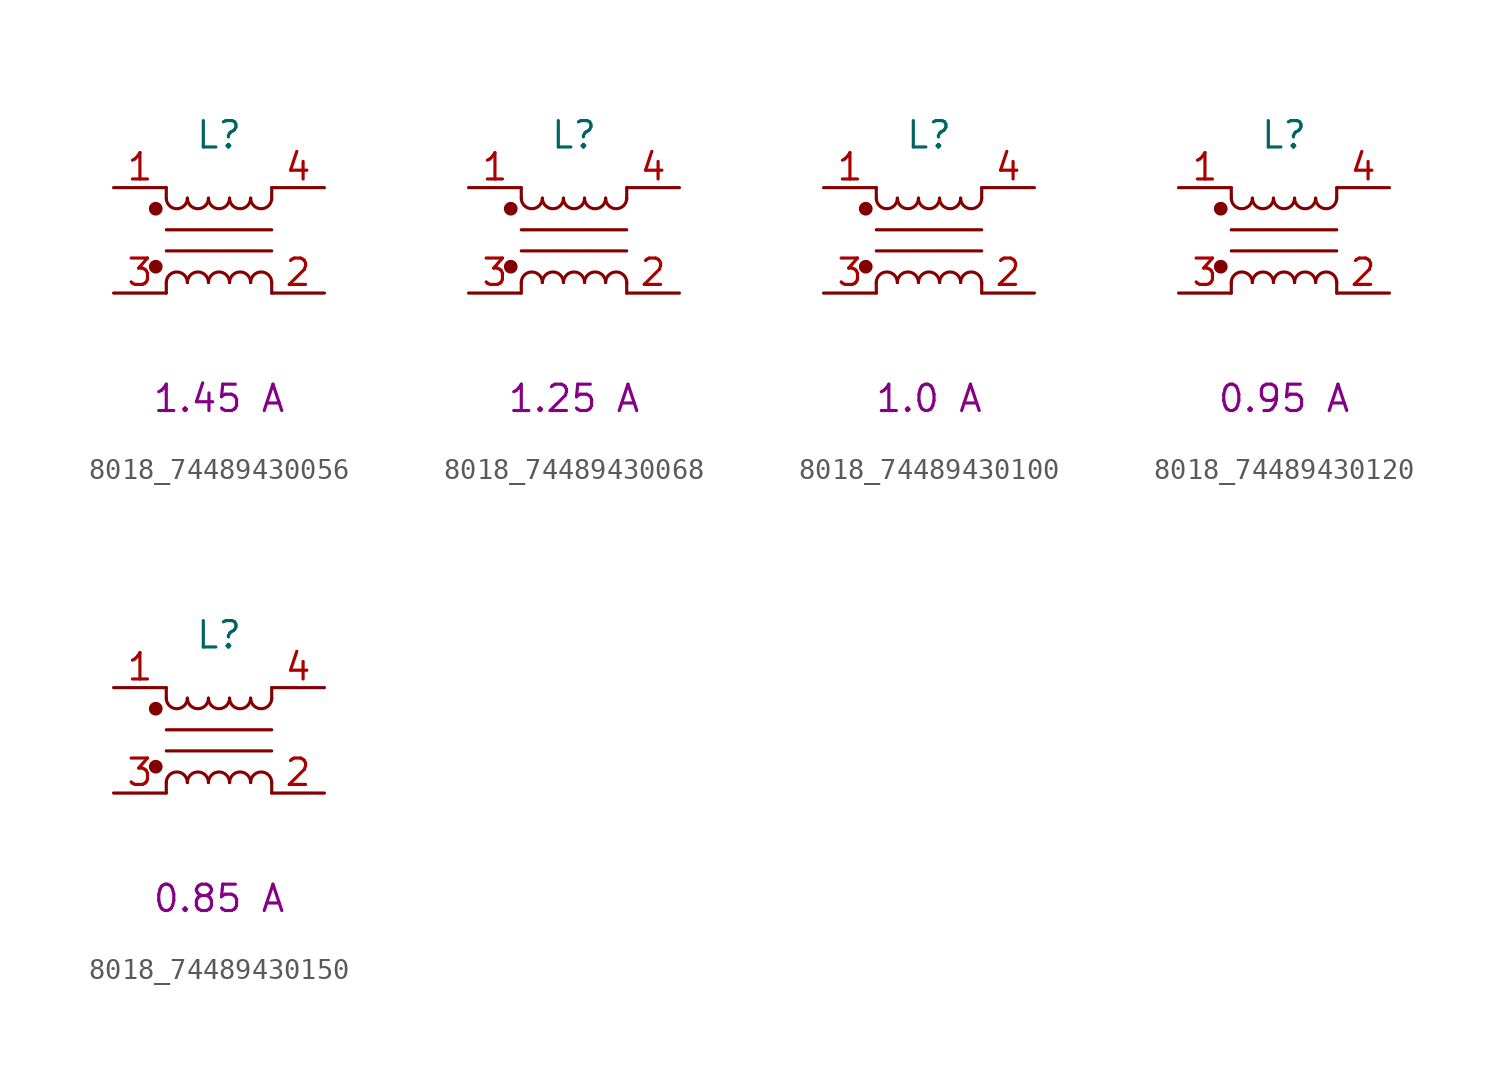
<source format=kicad_sym>
(kicad_symbol_lib
  (version 20220914)
  (generator kicad_symbol_editor)
  (symbol "8018_74489430056"
    (pin_names hide)
    (property "Reference" "L"
      (at 0 5.08 0)
      (effects (font (size 1.27 1.27))))
    (property "Critical Parameter" "1.45 A"
      (at 0 -7.62 0)
      (effects (font (size 1.27 1.27))))
    (symbol "8018_74489430056_0_1"
      (circle (center -3.048 -1.27) (radius 0.254) (stroke (width 0) (type default)) (fill (type outline)))
      (circle (center -3.048 1.524) (radius 0.254) (stroke (width 0) (type default)) (fill (type outline)))
      (arc (start -2.54 2.032) (mid -2.032 1.5262) (end -1.524 2.032) (stroke (width 0) (type default)) (fill (type none)))
      (arc (start -1.524 -2.032) (mid -2.032 -1.5262) (end -2.54 -2.032) (stroke (width 0) (type default)) (fill (type none)))
      (arc (start -1.524 2.032) (mid -1.016 1.5262) (end -0.508 2.032) (stroke (width 0) (type default)) (fill (type none)))
      (arc (start -0.508 -2.032) (mid -1.016 -1.5262) (end -1.524 -2.032) (stroke (width 0) (type default)) (fill (type none)))
      (arc (start -0.508 2.032) (mid 0 1.5262) (end 0.508 2.032) (stroke (width 0) (type default)) (fill (type none)))
      (polyline (pts (xy -2.54 -2.032) (xy -2.54 -2.54)) (stroke (width 0) (type default)) (fill (type none)))
      (polyline (pts (xy -2.54 0.508) (xy 2.54 0.508)) (stroke (width 0) (type default)) (fill (type none)))
      (polyline (pts (xy -2.54 2.032) (xy -2.54 2.54)) (stroke (width 0) (type default)) (fill (type none)))
      (polyline (pts (xy 2.54 -2.032) (xy 2.54 -2.54)) (stroke (width 0) (type default)) (fill (type none)))
      (polyline (pts (xy 2.54 -0.508) (xy -2.54 -0.508)) (stroke (width 0) (type default)) (fill (type none)))
      (polyline (pts (xy 2.54 2.54) (xy 2.54 2.032)) (stroke (width 0) (type default)) (fill (type none)))
      (arc (start 0.508 -2.032) (mid 0 -1.5262) (end -0.508 -2.032) (stroke (width 0) (type default)) (fill (type none)))
      (arc (start 0.508 2.032) (mid 1.016 1.5262) (end 1.524 2.032) (stroke (width 0) (type default)) (fill (type none)))
      (arc (start 1.524 -2.032) (mid 1.016 -1.5262) (end 0.508 -2.032) (stroke (width 0) (type default)) (fill (type none)))
      (arc (start 1.524 2.032) (mid 2.032 1.5262) (end 2.54 2.032) (stroke (width 0) (type default)) (fill (type none)))
      (arc (start 2.54 -2.032) (mid 2.032 -1.5262) (end 1.524 -2.032) (stroke (width 0) (type default)) (fill (type none))))
    (symbol "8018_74489430056_1_1"
      (pin passive line (at -5.08 2.54 0) (length 2.54) (name "1" (effects (font (size 1.27 1.27)))) (number "1" (effects (font (size 1.27 1.27)))))
      (pin passive line (at 5.08 -2.54 180) (length 2.54) (name "2" (effects (font (size 1.27 1.27)))) (number "2" (effects (font (size 1.27 1.27)))))
      (pin passive line (at -5.08 -2.54 0) (length 2.54) (name "3" (effects (font (size 1.27 1.27)))) (number "3" (effects (font (size 1.27 1.27)))))
      (pin passive line (at 5.08 2.54 180) (length 2.54) (name "4" (effects (font (size 1.27 1.27)))) (number "4" (effects (font (size 1.27 1.27)))))))
  (symbol "8018_74489430068"
    (pin_names hide)
    (property "Reference" "L"
      (at 0 5.08 0)
      (effects (font (size 1.27 1.27))))
    (property "Critical Parameter" "1.25 A"
      (at 0 -7.62 0)
      (effects (font (size 1.27 1.27))))
    (symbol "8018_74489430068_0_1"
      (circle (center -3.048 -1.27) (radius 0.254) (stroke (width 0) (type default)) (fill (type outline)))
      (circle (center -3.048 1.524) (radius 0.254) (stroke (width 0) (type default)) (fill (type outline)))
      (arc (start -2.54 2.032) (mid -2.032 1.5262) (end -1.524 2.032) (stroke (width 0) (type default)) (fill (type none)))
      (arc (start -1.524 -2.032) (mid -2.032 -1.5262) (end -2.54 -2.032) (stroke (width 0) (type default)) (fill (type none)))
      (arc (start -1.524 2.032) (mid -1.016 1.5262) (end -0.508 2.032) (stroke (width 0) (type default)) (fill (type none)))
      (arc (start -0.508 -2.032) (mid -1.016 -1.5262) (end -1.524 -2.032) (stroke (width 0) (type default)) (fill (type none)))
      (arc (start -0.508 2.032) (mid 0 1.5262) (end 0.508 2.032) (stroke (width 0) (type default)) (fill (type none)))
      (polyline (pts (xy -2.54 -2.032) (xy -2.54 -2.54)) (stroke (width 0) (type default)) (fill (type none)))
      (polyline (pts (xy -2.54 0.508) (xy 2.54 0.508)) (stroke (width 0) (type default)) (fill (type none)))
      (polyline (pts (xy -2.54 2.032) (xy -2.54 2.54)) (stroke (width 0) (type default)) (fill (type none)))
      (polyline (pts (xy 2.54 -2.032) (xy 2.54 -2.54)) (stroke (width 0) (type default)) (fill (type none)))
      (polyline (pts (xy 2.54 -0.508) (xy -2.54 -0.508)) (stroke (width 0) (type default)) (fill (type none)))
      (polyline (pts (xy 2.54 2.54) (xy 2.54 2.032)) (stroke (width 0) (type default)) (fill (type none)))
      (arc (start 0.508 -2.032) (mid 0 -1.5262) (end -0.508 -2.032) (stroke (width 0) (type default)) (fill (type none)))
      (arc (start 0.508 2.032) (mid 1.016 1.5262) (end 1.524 2.032) (stroke (width 0) (type default)) (fill (type none)))
      (arc (start 1.524 -2.032) (mid 1.016 -1.5262) (end 0.508 -2.032) (stroke (width 0) (type default)) (fill (type none)))
      (arc (start 1.524 2.032) (mid 2.032 1.5262) (end 2.54 2.032) (stroke (width 0) (type default)) (fill (type none)))
      (arc (start 2.54 -2.032) (mid 2.032 -1.5262) (end 1.524 -2.032) (stroke (width 0) (type default)) (fill (type none))))
    (symbol "8018_74489430068_1_1"
      (pin passive line (at -5.08 2.54 0) (length 2.54) (name "1" (effects (font (size 1.27 1.27)))) (number "1" (effects (font (size 1.27 1.27)))))
      (pin passive line (at 5.08 -2.54 180) (length 2.54) (name "2" (effects (font (size 1.27 1.27)))) (number "2" (effects (font (size 1.27 1.27)))))
      (pin passive line (at -5.08 -2.54 0) (length 2.54) (name "3" (effects (font (size 1.27 1.27)))) (number "3" (effects (font (size 1.27 1.27)))))
      (pin passive line (at 5.08 2.54 180) (length 2.54) (name "4" (effects (font (size 1.27 1.27)))) (number "4" (effects (font (size 1.27 1.27)))))))
  (symbol "8018_74489430100"
    (pin_names hide)
    (property "Reference" "L"
      (at 0 5.08 0)
      (effects (font (size 1.27 1.27))))
    (property "Critical Parameter" "1.0 A"
      (at 0 -7.62 0)
      (effects (font (size 1.27 1.27))))
    (symbol "8018_74489430100_0_1"
      (circle (center -3.048 -1.27) (radius 0.254) (stroke (width 0) (type default)) (fill (type outline)))
      (circle (center -3.048 1.524) (radius 0.254) (stroke (width 0) (type default)) (fill (type outline)))
      (arc (start -2.54 2.032) (mid -2.032 1.5262) (end -1.524 2.032) (stroke (width 0) (type default)) (fill (type none)))
      (arc (start -1.524 -2.032) (mid -2.032 -1.5262) (end -2.54 -2.032) (stroke (width 0) (type default)) (fill (type none)))
      (arc (start -1.524 2.032) (mid -1.016 1.5262) (end -0.508 2.032) (stroke (width 0) (type default)) (fill (type none)))
      (arc (start -0.508 -2.032) (mid -1.016 -1.5262) (end -1.524 -2.032) (stroke (width 0) (type default)) (fill (type none)))
      (arc (start -0.508 2.032) (mid 0 1.5262) (end 0.508 2.032) (stroke (width 0) (type default)) (fill (type none)))
      (polyline (pts (xy -2.54 -2.032) (xy -2.54 -2.54)) (stroke (width 0) (type default)) (fill (type none)))
      (polyline (pts (xy -2.54 0.508) (xy 2.54 0.508)) (stroke (width 0) (type default)) (fill (type none)))
      (polyline (pts (xy -2.54 2.032) (xy -2.54 2.54)) (stroke (width 0) (type default)) (fill (type none)))
      (polyline (pts (xy 2.54 -2.032) (xy 2.54 -2.54)) (stroke (width 0) (type default)) (fill (type none)))
      (polyline (pts (xy 2.54 -0.508) (xy -2.54 -0.508)) (stroke (width 0) (type default)) (fill (type none)))
      (polyline (pts (xy 2.54 2.54) (xy 2.54 2.032)) (stroke (width 0) (type default)) (fill (type none)))
      (arc (start 0.508 -2.032) (mid 0 -1.5262) (end -0.508 -2.032) (stroke (width 0) (type default)) (fill (type none)))
      (arc (start 0.508 2.032) (mid 1.016 1.5262) (end 1.524 2.032) (stroke (width 0) (type default)) (fill (type none)))
      (arc (start 1.524 -2.032) (mid 1.016 -1.5262) (end 0.508 -2.032) (stroke (width 0) (type default)) (fill (type none)))
      (arc (start 1.524 2.032) (mid 2.032 1.5262) (end 2.54 2.032) (stroke (width 0) (type default)) (fill (type none)))
      (arc (start 2.54 -2.032) (mid 2.032 -1.5262) (end 1.524 -2.032) (stroke (width 0) (type default)) (fill (type none))))
    (symbol "8018_74489430100_1_1"
      (pin passive line (at -5.08 2.54 0) (length 2.54) (name "1" (effects (font (size 1.27 1.27)))) (number "1" (effects (font (size 1.27 1.27)))))
      (pin passive line (at 5.08 -2.54 180) (length 2.54) (name "2" (effects (font (size 1.27 1.27)))) (number "2" (effects (font (size 1.27 1.27)))))
      (pin passive line (at -5.08 -2.54 0) (length 2.54) (name "3" (effects (font (size 1.27 1.27)))) (number "3" (effects (font (size 1.27 1.27)))))
      (pin passive line (at 5.08 2.54 180) (length 2.54) (name "4" (effects (font (size 1.27 1.27)))) (number "4" (effects (font (size 1.27 1.27)))))))
  (symbol "8018_74489430120"
    (pin_names hide)
    (property "Reference" "L"
      (at 0 5.08 0)
      (effects (font (size 1.27 1.27))))
    (property "Critical Parameter" "0.95 A"
      (at 0 -7.62 0)
      (effects (font (size 1.27 1.27))))
    (symbol "8018_74489430120_0_1"
      (circle (center -3.048 -1.27) (radius 0.254) (stroke (width 0) (type default)) (fill (type outline)))
      (circle (center -3.048 1.524) (radius 0.254) (stroke (width 0) (type default)) (fill (type outline)))
      (arc (start -2.54 2.032) (mid -2.032 1.5262) (end -1.524 2.032) (stroke (width 0) (type default)) (fill (type none)))
      (arc (start -1.524 -2.032) (mid -2.032 -1.5262) (end -2.54 -2.032) (stroke (width 0) (type default)) (fill (type none)))
      (arc (start -1.524 2.032) (mid -1.016 1.5262) (end -0.508 2.032) (stroke (width 0) (type default)) (fill (type none)))
      (arc (start -0.508 -2.032) (mid -1.016 -1.5262) (end -1.524 -2.032) (stroke (width 0) (type default)) (fill (type none)))
      (arc (start -0.508 2.032) (mid 0 1.5262) (end 0.508 2.032) (stroke (width 0) (type default)) (fill (type none)))
      (polyline (pts (xy -2.54 -2.032) (xy -2.54 -2.54)) (stroke (width 0) (type default)) (fill (type none)))
      (polyline (pts (xy -2.54 0.508) (xy 2.54 0.508)) (stroke (width 0) (type default)) (fill (type none)))
      (polyline (pts (xy -2.54 2.032) (xy -2.54 2.54)) (stroke (width 0) (type default)) (fill (type none)))
      (polyline (pts (xy 2.54 -2.032) (xy 2.54 -2.54)) (stroke (width 0) (type default)) (fill (type none)))
      (polyline (pts (xy 2.54 -0.508) (xy -2.54 -0.508)) (stroke (width 0) (type default)) (fill (type none)))
      (polyline (pts (xy 2.54 2.54) (xy 2.54 2.032)) (stroke (width 0) (type default)) (fill (type none)))
      (arc (start 0.508 -2.032) (mid 0 -1.5262) (end -0.508 -2.032) (stroke (width 0) (type default)) (fill (type none)))
      (arc (start 0.508 2.032) (mid 1.016 1.5262) (end 1.524 2.032) (stroke (width 0) (type default)) (fill (type none)))
      (arc (start 1.524 -2.032) (mid 1.016 -1.5262) (end 0.508 -2.032) (stroke (width 0) (type default)) (fill (type none)))
      (arc (start 1.524 2.032) (mid 2.032 1.5262) (end 2.54 2.032) (stroke (width 0) (type default)) (fill (type none)))
      (arc (start 2.54 -2.032) (mid 2.032 -1.5262) (end 1.524 -2.032) (stroke (width 0) (type default)) (fill (type none))))
    (symbol "8018_74489430120_1_1"
      (pin passive line (at -5.08 2.54 0) (length 2.54) (name "1" (effects (font (size 1.27 1.27)))) (number "1" (effects (font (size 1.27 1.27)))))
      (pin passive line (at 5.08 -2.54 180) (length 2.54) (name "2" (effects (font (size 1.27 1.27)))) (number "2" (effects (font (size 1.27 1.27)))))
      (pin passive line (at -5.08 -2.54 0) (length 2.54) (name "3" (effects (font (size 1.27 1.27)))) (number "3" (effects (font (size 1.27 1.27)))))
      (pin passive line (at 5.08 2.54 180) (length 2.54) (name "4" (effects (font (size 1.27 1.27)))) (number "4" (effects (font (size 1.27 1.27)))))))
  (symbol "8018_74489430150"
    (pin_names hide)
    (property "Reference" "L"
      (at 0 5.08 0)
      (effects (font (size 1.27 1.27))))
    (property "Critical Parameter" "0.85 A"
      (at 0 -7.62 0)
      (effects (font (size 1.27 1.27))))
    (symbol "8018_74489430150_0_1"
      (circle (center -3.048 -1.27) (radius 0.254) (stroke (width 0) (type default)) (fill (type outline)))
      (circle (center -3.048 1.524) (radius 0.254) (stroke (width 0) (type default)) (fill (type outline)))
      (arc (start -2.54 2.032) (mid -2.032 1.5262) (end -1.524 2.032) (stroke (width 0) (type default)) (fill (type none)))
      (arc (start -1.524 -2.032) (mid -2.032 -1.5262) (end -2.54 -2.032) (stroke (width 0) (type default)) (fill (type none)))
      (arc (start -1.524 2.032) (mid -1.016 1.5262) (end -0.508 2.032) (stroke (width 0) (type default)) (fill (type none)))
      (arc (start -0.508 -2.032) (mid -1.016 -1.5262) (end -1.524 -2.032) (stroke (width 0) (type default)) (fill (type none)))
      (arc (start -0.508 2.032) (mid 0 1.5262) (end 0.508 2.032) (stroke (width 0) (type default)) (fill (type none)))
      (polyline (pts (xy -2.54 -2.032) (xy -2.54 -2.54)) (stroke (width 0) (type default)) (fill (type none)))
      (polyline (pts (xy -2.54 0.508) (xy 2.54 0.508)) (stroke (width 0) (type default)) (fill (type none)))
      (polyline (pts (xy -2.54 2.032) (xy -2.54 2.54)) (stroke (width 0) (type default)) (fill (type none)))
      (polyline (pts (xy 2.54 -2.032) (xy 2.54 -2.54)) (stroke (width 0) (type default)) (fill (type none)))
      (polyline (pts (xy 2.54 -0.508) (xy -2.54 -0.508)) (stroke (width 0) (type default)) (fill (type none)))
      (polyline (pts (xy 2.54 2.54) (xy 2.54 2.032)) (stroke (width 0) (type default)) (fill (type none)))
      (arc (start 0.508 -2.032) (mid 0 -1.5262) (end -0.508 -2.032) (stroke (width 0) (type default)) (fill (type none)))
      (arc (start 0.508 2.032) (mid 1.016 1.5262) (end 1.524 2.032) (stroke (width 0) (type default)) (fill (type none)))
      (arc (start 1.524 -2.032) (mid 1.016 -1.5262) (end 0.508 -2.032) (stroke (width 0) (type default)) (fill (type none)))
      (arc (start 1.524 2.032) (mid 2.032 1.5262) (end 2.54 2.032) (stroke (width 0) (type default)) (fill (type none)))
      (arc (start 2.54 -2.032) (mid 2.032 -1.5262) (end 1.524 -2.032) (stroke (width 0) (type default)) (fill (type none))))
    (symbol "8018_74489430150_1_1"
      (pin passive line (at -5.08 2.54 0) (length 2.54) (name "1" (effects (font (size 1.27 1.27)))) (number "1" (effects (font (size 1.27 1.27)))))
      (pin passive line (at 5.08 -2.54 180) (length 2.54) (name "2" (effects (font (size 1.27 1.27)))) (number "2" (effects (font (size 1.27 1.27)))))
      (pin passive line (at -5.08 -2.54 0) (length 2.54) (name "3" (effects (font (size 1.27 1.27)))) (number "3" (effects (font (size 1.27 1.27)))))
      (pin passive line (at 5.08 2.54 180) (length 2.54) (name "4" (effects (font (size 1.27 1.27)))) (number "4" (effects (font (size 1.27 1.27))))))))
</source>
